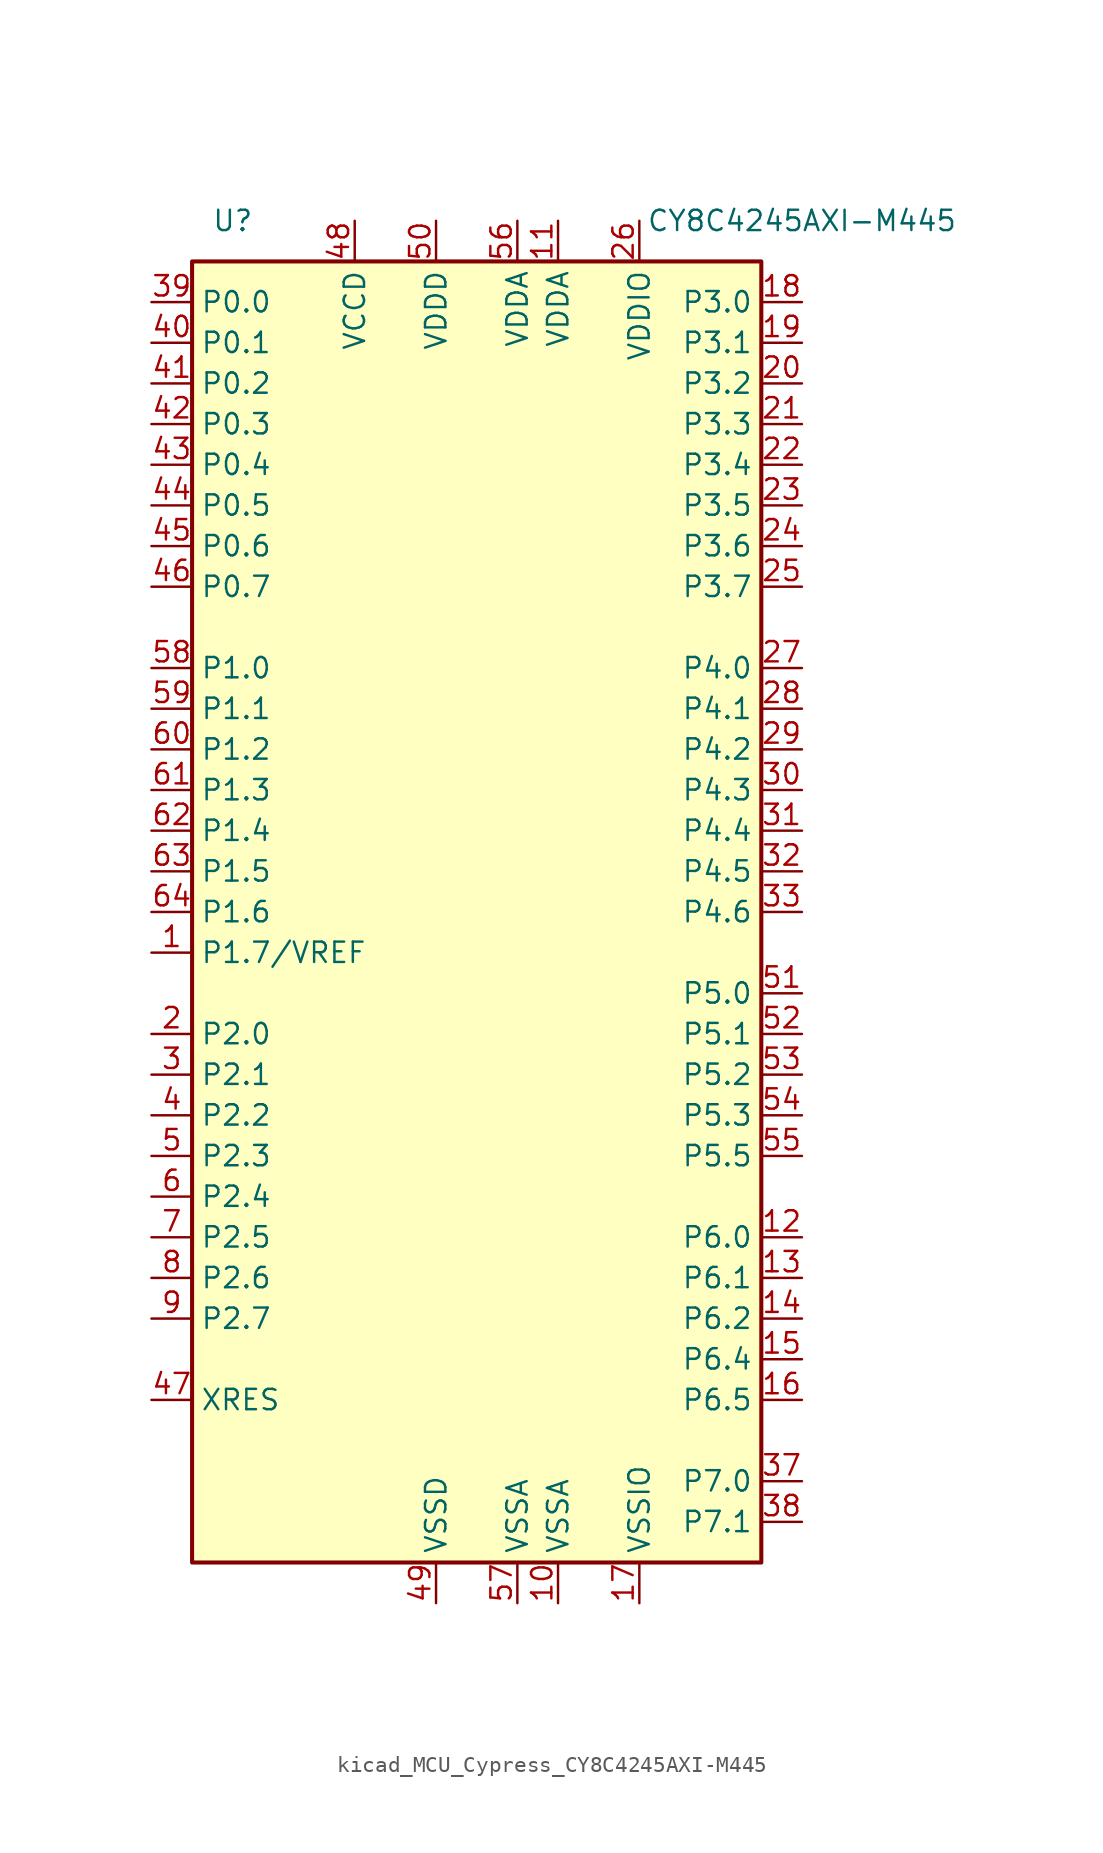
<source format=kicad_sym>
(kicad_symbol_lib
  (version 20220914)
  (generator kicad_symbol_editor)
  (symbol "kicad_MCU_Cypress_CY8C4245AXI-M445"
    (property "Reference" "U"
      (at -15.24 43.18 0)
      (effects (font (size 1.27 1.27))))
    (property "Value" "CY8C4245AXI-M445"
      (at 20.32 43.18 0)
      (effects (font (size 1.27 1.27))))
    (symbol "kicad_MCU_Cypress_CY8C4245AXI-M445_0_1"
      (rectangle (start -17.78 40.64) (end 17.78 -40.64) (stroke (width 0.254) (type default)) (fill (type background))))
    (symbol "kicad_MCU_Cypress_CY8C4245AXI-M445_1_1"
      (pin bidirectional line (at -20.32 -2.54 0) (length 2.54) (name "P1.7/VREF" (effects (font (size 1.27 1.27)))) (number "1" (effects (font (size 1.27 1.27)))))
      (pin power_in line (at 5.08 -43.18 90) (length 2.54) (name "VSSA" (effects (font (size 1.27 1.27)))) (number "10" (effects (font (size 1.27 1.27)))))
      (pin power_in line (at 5.08 43.18 270) (length 2.54) (name "VDDA" (effects (font (size 1.27 1.27)))) (number "11" (effects (font (size 1.27 1.27)))))
      (pin bidirectional line (at 20.32 -20.32 180) (length 2.54) (name "P6.0" (effects (font (size 1.27 1.27)))) (number "12" (effects (font (size 1.27 1.27)))))
      (pin bidirectional line (at 20.32 -22.86 180) (length 2.54) (name "P6.1" (effects (font (size 1.27 1.27)))) (number "13" (effects (font (size 1.27 1.27)))))
      (pin bidirectional line (at 20.32 -25.4 180) (length 2.54) (name "P6.2" (effects (font (size 1.27 1.27)))) (number "14" (effects (font (size 1.27 1.27)))))
      (pin bidirectional line (at 20.32 -27.94 180) (length 2.54) (name "P6.4" (effects (font (size 1.27 1.27)))) (number "15" (effects (font (size 1.27 1.27)))))
      (pin bidirectional line (at 20.32 -30.48 180) (length 2.54) (name "P6.5" (effects (font (size 1.27 1.27)))) (number "16" (effects (font (size 1.27 1.27)))))
      (pin power_in line (at 10.16 -43.18 90) (length 2.54) (name "VSSIO" (effects (font (size 1.27 1.27)))) (number "17" (effects (font (size 1.27 1.27)))))
      (pin bidirectional line (at 20.32 38.1 180) (length 2.54) (name "P3.0" (effects (font (size 1.27 1.27)))) (number "18" (effects (font (size 1.27 1.27)))))
      (pin bidirectional line (at 20.32 35.56 180) (length 2.54) (name "P3.1" (effects (font (size 1.27 1.27)))) (number "19" (effects (font (size 1.27 1.27)))))
      (pin bidirectional line (at -20.32 -7.62 0) (length 2.54) (name "P2.0" (effects (font (size 1.27 1.27)))) (number "2" (effects (font (size 1.27 1.27)))))
      (pin bidirectional line (at 20.32 33.02 180) (length 2.54) (name "P3.2" (effects (font (size 1.27 1.27)))) (number "20" (effects (font (size 1.27 1.27)))))
      (pin bidirectional line (at 20.32 30.48 180) (length 2.54) (name "P3.3" (effects (font (size 1.27 1.27)))) (number "21" (effects (font (size 1.27 1.27)))))
      (pin bidirectional line (at 20.32 27.94 180) (length 2.54) (name "P3.4" (effects (font (size 1.27 1.27)))) (number "22" (effects (font (size 1.27 1.27)))))
      (pin bidirectional line (at 20.32 25.4 180) (length 2.54) (name "P3.5" (effects (font (size 1.27 1.27)))) (number "23" (effects (font (size 1.27 1.27)))))
      (pin bidirectional line (at 20.32 22.86 180) (length 2.54) (name "P3.6" (effects (font (size 1.27 1.27)))) (number "24" (effects (font (size 1.27 1.27)))))
      (pin bidirectional line (at 20.32 20.32 180) (length 2.54) (name "P3.7" (effects (font (size 1.27 1.27)))) (number "25" (effects (font (size 1.27 1.27)))))
      (pin power_in line (at 10.16 43.18 270) (length 2.54) (name "VDDIO" (effects (font (size 1.27 1.27)))) (number "26" (effects (font (size 1.27 1.27)))))
      (pin bidirectional line (at 20.32 15.24 180) (length 2.54) (name "P4.0" (effects (font (size 1.27 1.27)))) (number "27" (effects (font (size 1.27 1.27)))))
      (pin bidirectional line (at 20.32 12.7 180) (length 2.54) (name "P4.1" (effects (font (size 1.27 1.27)))) (number "28" (effects (font (size 1.27 1.27)))))
      (pin bidirectional line (at 20.32 10.16 180) (length 2.54) (name "P4.2" (effects (font (size 1.27 1.27)))) (number "29" (effects (font (size 1.27 1.27)))))
      (pin bidirectional line (at -20.32 -10.16 0) (length 2.54) (name "P2.1" (effects (font (size 1.27 1.27)))) (number "3" (effects (font (size 1.27 1.27)))))
      (pin bidirectional line (at 20.32 7.62 180) (length 2.54) (name "P4.3" (effects (font (size 1.27 1.27)))) (number "30" (effects (font (size 1.27 1.27)))))
      (pin bidirectional line (at 20.32 5.08 180) (length 2.54) (name "P4.4" (effects (font (size 1.27 1.27)))) (number "31" (effects (font (size 1.27 1.27)))))
      (pin bidirectional line (at 20.32 2.54 180) (length 2.54) (name "P4.5" (effects (font (size 1.27 1.27)))) (number "32" (effects (font (size 1.27 1.27)))))
      (pin bidirectional line (at 20.32 0 180) (length 2.54) (name "P4.6" (effects (font (size 1.27 1.27)))) (number "33" (effects (font (size 1.27 1.27)))))
      (pin bidirectional line (at 20.32 -35.56 180) (length 2.54) (name "P7.0" (effects (font (size 1.27 1.27)))) (number "37" (effects (font (size 1.27 1.27)))))
      (pin bidirectional line (at 20.32 -38.1 180) (length 2.54) (name "P7.1" (effects (font (size 1.27 1.27)))) (number "38" (effects (font (size 1.27 1.27)))))
      (pin bidirectional line (at -20.32 38.1 0) (length 2.54) (name "P0.0" (effects (font (size 1.27 1.27)))) (number "39" (effects (font (size 1.27 1.27)))))
      (pin bidirectional line (at -20.32 -12.7 0) (length 2.54) (name "P2.2" (effects (font (size 1.27 1.27)))) (number "4" (effects (font (size 1.27 1.27)))))
      (pin bidirectional line (at -20.32 35.56 0) (length 2.54) (name "P0.1" (effects (font (size 1.27 1.27)))) (number "40" (effects (font (size 1.27 1.27)))))
      (pin bidirectional line (at -20.32 33.02 0) (length 2.54) (name "P0.2" (effects (font (size 1.27 1.27)))) (number "41" (effects (font (size 1.27 1.27)))))
      (pin bidirectional line (at -20.32 30.48 0) (length 2.54) (name "P0.3" (effects (font (size 1.27 1.27)))) (number "42" (effects (font (size 1.27 1.27)))))
      (pin bidirectional line (at -20.32 27.94 0) (length 2.54) (name "P0.4" (effects (font (size 1.27 1.27)))) (number "43" (effects (font (size 1.27 1.27)))))
      (pin bidirectional line (at -20.32 25.4 0) (length 2.54) (name "P0.5" (effects (font (size 1.27 1.27)))) (number "44" (effects (font (size 1.27 1.27)))))
      (pin bidirectional line (at -20.32 22.86 0) (length 2.54) (name "P0.6" (effects (font (size 1.27 1.27)))) (number "45" (effects (font (size 1.27 1.27)))))
      (pin bidirectional line (at -20.32 20.32 0) (length 2.54) (name "P0.7" (effects (font (size 1.27 1.27)))) (number "46" (effects (font (size 1.27 1.27)))))
      (pin input line (at -20.32 -30.48 0) (length 2.54) (name "XRES" (effects (font (size 1.27 1.27)))) (number "47" (effects (font (size 1.27 1.27)))))
      (pin power_out line (at -7.62 43.18 270) (length 2.54) (name "VCCD" (effects (font (size 1.27 1.27)))) (number "48" (effects (font (size 1.27 1.27)))))
      (pin power_in line (at -2.54 -43.18 90) (length 2.54) (name "VSSD" (effects (font (size 1.27 1.27)))) (number "49" (effects (font (size 1.27 1.27)))))
      (pin bidirectional line (at -20.32 -15.24 0) (length 2.54) (name "P2.3" (effects (font (size 1.27 1.27)))) (number "5" (effects (font (size 1.27 1.27)))))
      (pin power_in line (at -2.54 43.18 270) (length 2.54) (name "VDDD" (effects (font (size 1.27 1.27)))) (number "50" (effects (font (size 1.27 1.27)))))
      (pin bidirectional line (at 20.32 -5.08 180) (length 2.54) (name "P5.0" (effects (font (size 1.27 1.27)))) (number "51" (effects (font (size 1.27 1.27)))))
      (pin bidirectional line (at 20.32 -7.62 180) (length 2.54) (name "P5.1" (effects (font (size 1.27 1.27)))) (number "52" (effects (font (size 1.27 1.27)))))
      (pin bidirectional line (at 20.32 -10.16 180) (length 2.54) (name "P5.2" (effects (font (size 1.27 1.27)))) (number "53" (effects (font (size 1.27 1.27)))))
      (pin bidirectional line (at 20.32 -12.7 180) (length 2.54) (name "P5.3" (effects (font (size 1.27 1.27)))) (number "54" (effects (font (size 1.27 1.27)))))
      (pin bidirectional line (at 20.32 -15.24 180) (length 2.54) (name "P5.5" (effects (font (size 1.27 1.27)))) (number "55" (effects (font (size 1.27 1.27)))))
      (pin power_in line (at 2.54 43.18 270) (length 2.54) (name "VDDA" (effects (font (size 1.27 1.27)))) (number "56" (effects (font (size 1.27 1.27)))))
      (pin power_in line (at 2.54 -43.18 90) (length 2.54) (name "VSSA" (effects (font (size 1.27 1.27)))) (number "57" (effects (font (size 1.27 1.27)))))
      (pin bidirectional line (at -20.32 15.24 0) (length 2.54) (name "P1.0" (effects (font (size 1.27 1.27)))) (number "58" (effects (font (size 1.27 1.27)))))
      (pin bidirectional line (at -20.32 12.7 0) (length 2.54) (name "P1.1" (effects (font (size 1.27 1.27)))) (number "59" (effects (font (size 1.27 1.27)))))
      (pin bidirectional line (at -20.32 -17.78 0) (length 2.54) (name "P2.4" (effects (font (size 1.27 1.27)))) (number "6" (effects (font (size 1.27 1.27)))))
      (pin bidirectional line (at -20.32 10.16 0) (length 2.54) (name "P1.2" (effects (font (size 1.27 1.27)))) (number "60" (effects (font (size 1.27 1.27)))))
      (pin bidirectional line (at -20.32 7.62 0) (length 2.54) (name "P1.3" (effects (font (size 1.27 1.27)))) (number "61" (effects (font (size 1.27 1.27)))))
      (pin bidirectional line (at -20.32 5.08 0) (length 2.54) (name "P1.4" (effects (font (size 1.27 1.27)))) (number "62" (effects (font (size 1.27 1.27)))))
      (pin bidirectional line (at -20.32 2.54 0) (length 2.54) (name "P1.5" (effects (font (size 1.27 1.27)))) (number "63" (effects (font (size 1.27 1.27)))))
      (pin bidirectional line (at -20.32 0 0) (length 2.54) (name "P1.6" (effects (font (size 1.27 1.27)))) (number "64" (effects (font (size 1.27 1.27)))))
      (pin bidirectional line (at -20.32 -20.32 0) (length 2.54) (name "P2.5" (effects (font (size 1.27 1.27)))) (number "7" (effects (font (size 1.27 1.27)))))
      (pin bidirectional line (at -20.32 -22.86 0) (length 2.54) (name "P2.6" (effects (font (size 1.27 1.27)))) (number "8" (effects (font (size 1.27 1.27)))))
      (pin bidirectional line (at -20.32 -25.4 0) (length 2.54) (name "P2.7" (effects (font (size 1.27 1.27)))) (number "9" (effects (font (size 1.27 1.27))))))))
</source>
